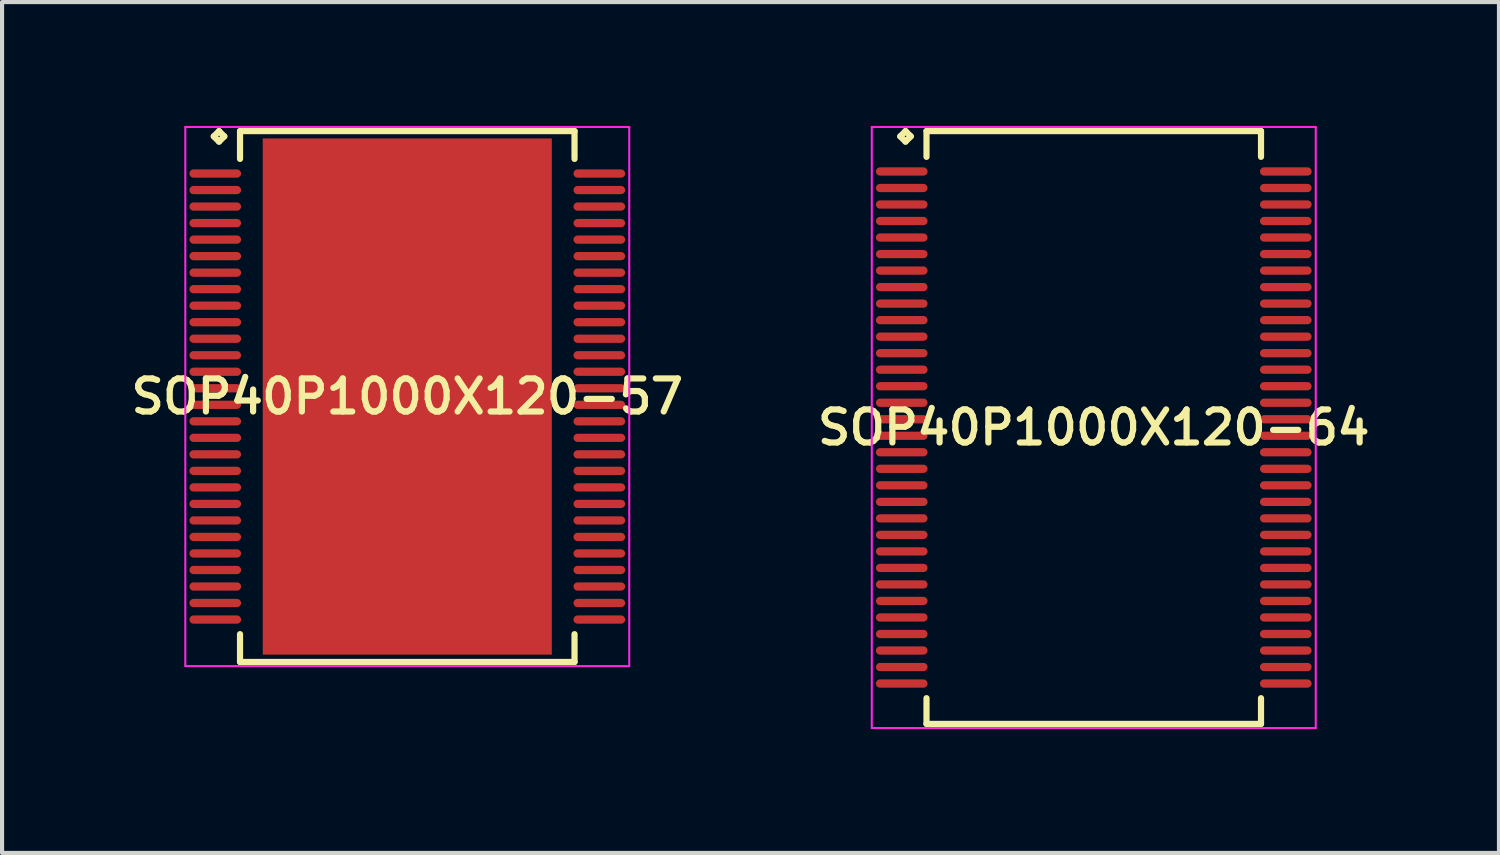
<source format=kicad_pcb>
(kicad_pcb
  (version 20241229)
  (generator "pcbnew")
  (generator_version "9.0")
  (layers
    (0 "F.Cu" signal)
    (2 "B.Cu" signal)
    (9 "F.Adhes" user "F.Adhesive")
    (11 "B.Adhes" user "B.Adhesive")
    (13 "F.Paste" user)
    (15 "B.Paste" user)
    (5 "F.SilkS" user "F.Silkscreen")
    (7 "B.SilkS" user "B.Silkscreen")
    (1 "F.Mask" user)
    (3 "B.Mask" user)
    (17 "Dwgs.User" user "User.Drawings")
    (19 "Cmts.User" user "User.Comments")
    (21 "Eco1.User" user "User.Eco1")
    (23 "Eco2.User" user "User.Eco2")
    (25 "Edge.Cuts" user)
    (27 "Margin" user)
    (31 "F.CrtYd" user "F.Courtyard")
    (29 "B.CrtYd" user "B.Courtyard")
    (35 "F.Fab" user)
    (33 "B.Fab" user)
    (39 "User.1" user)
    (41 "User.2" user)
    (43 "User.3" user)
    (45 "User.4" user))
  (footprint "SOP40P1000X120-57"
    (layer "F.Cu")
    (at 6.812 6.552)
    (property "Reference" "SOP40P1000X120-57" (at 0 0 0) (layer "F.SilkS") (effects (font (size 0.8 0.8) (thickness 0.15))))
    (attr smd)
    (fp_line (start -4.685 -6.3) (end -4.558 -6.427) (stroke (width 0.15) (type solid)) (layer "F.SilkS"))
    (fp_line (start -4.558 -6.427) (end -4.431 -6.3) (stroke (width 0.15) (type solid)) (layer "F.SilkS"))
    (fp_line (start -4.558 -6.173) (end -4.685 -6.3) (stroke (width 0.15) (type solid)) (layer "F.SilkS"))
    (fp_line (start -4.431 -6.3) (end -4.558 -6.173) (stroke (width 0.15) (type solid)) (layer "F.SilkS"))
    (fp_line (start -4.05 -6.427) (end 4.05 -6.427) (stroke (width 0.15) (type solid)) (layer "F.SilkS"))
    (fp_line (start -4.05 -5.754) (end -4.05 -6.427) (stroke (width 0.15) (type solid)) (layer "F.SilkS"))
    (fp_line (start -4.05 5.754) (end -4.05 6.427) (stroke (width 0.15) (type solid)) (layer "F.SilkS"))
    (fp_line (start -4.05 6.427) (end 4.05 6.427) (stroke (width 0.15) (type solid)) (layer "F.SilkS"))
    (fp_line (start 4.05 -6.427) (end 4.05 -5.754) (stroke (width 0.15) (type solid)) (layer "F.SilkS"))
    (fp_line (start 4.05 6.427) (end 4.05 5.754) (stroke (width 0.15) (type solid)) (layer "F.SilkS"))
    (fp_line (start -5.375 -6.527) (end 5.375 -6.527) (stroke (width 0.05) (type solid)) (layer "F.CrtYd"))
    (fp_line (start -5.375 6.527) (end -5.375 -6.527) (stroke (width 0.05) (type solid)) (layer "F.CrtYd"))
    (fp_line (start 5.375 -6.527) (end 5.375 6.527) (stroke (width 0.05) (type solid)) (layer "F.CrtYd"))
    (fp_line (start 5.375 6.527) (end -5.375 6.527) (stroke (width 0.05) (type solid)) (layer "F.CrtYd"))
    (pad "1" smd oval (at -4.65 -5.4) (size 1.25 0.2) (layers "F.Cu" "F.Mask" "F.Paste"))
    (pad "2" smd oval (at -4.65 -5) (size 1.25 0.2) (layers "F.Cu" "F.Mask" "F.Paste"))
    (pad "3" smd oval (at -4.65 -4.6) (size 1.25 0.2) (layers "F.Cu" "F.Mask" "F.Paste"))
    (pad "4" smd oval (at -4.65 -4.2) (size 1.25 0.2) (layers "F.Cu" "F.Mask" "F.Paste"))
    (pad "5" smd oval (at -4.65 -3.8) (size 1.25 0.2) (layers "F.Cu" "F.Mask" "F.Paste"))
    (pad "6" smd oval (at -4.65 -3.4) (size 1.25 0.2) (layers "F.Cu" "F.Mask" "F.Paste"))
    (pad "7" smd oval (at -4.65 -3) (size 1.25 0.2) (layers "F.Cu" "F.Mask" "F.Paste"))
    (pad "8" smd oval (at -4.65 -2.6) (size 1.25 0.2) (layers "F.Cu" "F.Mask" "F.Paste"))
    (pad "9" smd oval (at -4.65 -2.2) (size 1.25 0.2) (layers "F.Cu" "F.Mask" "F.Paste"))
    (pad "10" smd oval (at -4.65 -1.8) (size 1.25 0.2) (layers "F.Cu" "F.Mask" "F.Paste"))
    (pad "11" smd oval (at -4.65 -1.4) (size 1.25 0.2) (layers "F.Cu" "F.Mask" "F.Paste"))
    (pad "12" smd oval (at -4.65 -1) (size 1.25 0.2) (layers "F.Cu" "F.Mask" "F.Paste"))
    (pad "13" smd oval (at -4.65 -0.6) (size 1.25 0.2) (layers "F.Cu" "F.Mask" "F.Paste"))
    (pad "14" smd oval (at -4.65 -0.2) (size 1.25 0.2) (layers "F.Cu" "F.Mask" "F.Paste"))
    (pad "15" smd oval (at -4.65 0.2) (size 1.25 0.2) (layers "F.Cu" "F.Mask" "F.Paste"))
    (pad "16" smd oval (at -4.65 0.6) (size 1.25 0.2) (layers "F.Cu" "F.Mask" "F.Paste"))
    (pad "17" smd oval (at -4.65 1) (size 1.25 0.2) (layers "F.Cu" "F.Mask" "F.Paste"))
    (pad "18" smd oval (at -4.65 1.4) (size 1.25 0.2) (layers "F.Cu" "F.Mask" "F.Paste"))
    (pad "19" smd oval (at -4.65 1.8) (size 1.25 0.2) (layers "F.Cu" "F.Mask" "F.Paste"))
    (pad "20" smd oval (at -4.65 2.2) (size 1.25 0.2) (layers "F.Cu" "F.Mask" "F.Paste"))
    (pad "21" smd oval (at -4.65 2.6) (size 1.25 0.2) (layers "F.Cu" "F.Mask" "F.Paste"))
    (pad "22" smd oval (at -4.65 3) (size 1.25 0.2) (layers "F.Cu" "F.Mask" "F.Paste"))
    (pad "23" smd oval (at -4.65 3.4) (size 1.25 0.2) (layers "F.Cu" "F.Mask" "F.Paste"))
    (pad "24" smd oval (at -4.65 3.8) (size 1.25 0.2) (layers "F.Cu" "F.Mask" "F.Paste"))
    (pad "25" smd oval (at -4.65 4.2) (size 1.25 0.2) (layers "F.Cu" "F.Mask" "F.Paste"))
    (pad "26" smd oval (at -4.65 4.6) (size 1.25 0.2) (layers "F.Cu" "F.Mask" "F.Paste"))
    (pad "27" smd oval (at -4.65 5) (size 1.25 0.2) (layers "F.Cu" "F.Mask" "F.Paste"))
    (pad "28" smd oval (at -4.65 5.4) (size 1.25 0.2) (layers "F.Cu" "F.Mask" "F.Paste"))
    (pad "29" smd oval (at 4.65 5.4) (size 1.25 0.2) (layers "F.Cu" "F.Mask" "F.Paste"))
    (pad "30" smd oval (at 4.65 5) (size 1.25 0.2) (layers "F.Cu" "F.Mask" "F.Paste"))
    (pad "31" smd oval (at 4.65 4.6) (size 1.25 0.2) (layers "F.Cu" "F.Mask" "F.Paste"))
    (pad "32" smd oval (at 4.65 4.2) (size 1.25 0.2) (layers "F.Cu" "F.Mask" "F.Paste"))
    (pad "33" smd oval (at 4.65 3.8) (size 1.25 0.2) (layers "F.Cu" "F.Mask" "F.Paste"))
    (pad "34" smd oval (at 4.65 3.4) (size 1.25 0.2) (layers "F.Cu" "F.Mask" "F.Paste"))
    (pad "35" smd oval (at 4.65 3) (size 1.25 0.2) (layers "F.Cu" "F.Mask" "F.Paste"))
    (pad "36" smd oval (at 4.65 2.6) (size 1.25 0.2) (layers "F.Cu" "F.Mask" "F.Paste"))
    (pad "37" smd oval (at 4.65 2.2) (size 1.25 0.2) (layers "F.Cu" "F.Mask" "F.Paste"))
    (pad "38" smd oval (at 4.65 1.8) (size 1.25 0.2) (layers "F.Cu" "F.Mask" "F.Paste"))
    (pad "39" smd oval (at 4.65 1.4) (size 1.25 0.2) (layers "F.Cu" "F.Mask" "F.Paste"))
    (pad "40" smd oval (at 4.65 1) (size 1.25 0.2) (layers "F.Cu" "F.Mask" "F.Paste"))
    (pad "41" smd oval (at 4.65 0.6) (size 1.25 0.2) (layers "F.Cu" "F.Mask" "F.Paste"))
    (pad "42" smd oval (at 4.65 0.2) (size 1.25 0.2) (layers "F.Cu" "F.Mask" "F.Paste"))
    (pad "43" smd oval (at 4.65 -0.2) (size 1.25 0.2) (layers "F.Cu" "F.Mask" "F.Paste"))
    (pad "44" smd oval (at 4.65 -0.6) (size 1.25 0.2) (layers "F.Cu" "F.Mask" "F.Paste"))
    (pad "45" smd oval (at 4.65 -1) (size 1.25 0.2) (layers "F.Cu" "F.Mask" "F.Paste"))
    (pad "46" smd oval (at 4.65 -1.4) (size 1.25 0.2) (layers "F.Cu" "F.Mask" "F.Paste"))
    (pad "47" smd oval (at 4.65 -1.8) (size 1.25 0.2) (layers "F.Cu" "F.Mask" "F.Paste"))
    (pad "48" smd oval (at 4.65 -2.2) (size 1.25 0.2) (layers "F.Cu" "F.Mask" "F.Paste"))
    (pad "49" smd oval (at 4.65 -2.6) (size 1.25 0.2) (layers "F.Cu" "F.Mask" "F.Paste"))
    (pad "50" smd oval (at 4.65 -3) (size 1.25 0.2) (layers "F.Cu" "F.Mask" "F.Paste"))
    (pad "51" smd oval (at 4.65 -3.4) (size 1.25 0.2) (layers "F.Cu" "F.Mask" "F.Paste"))
    (pad "52" smd oval (at 4.65 -3.8) (size 1.25 0.2) (layers "F.Cu" "F.Mask" "F.Paste"))
    (pad "53" smd oval (at 4.65 -4.2) (size 1.25 0.2) (layers "F.Cu" "F.Mask" "F.Paste"))
    (pad "54" smd oval (at 4.65 -4.6) (size 1.25 0.2) (layers "F.Cu" "F.Mask" "F.Paste"))
    (pad "55" smd oval (at 4.65 -5) (size 1.25 0.2) (layers "F.Cu" "F.Mask" "F.Paste"))
    (pad "56" smd oval (at 4.65 -5.4) (size 1.25 0.2) (layers "F.Cu" "F.Mask" "F.Paste"))
    (pad "57" smd rect (at 0 0) (size 7 12.5) (layers "F.Cu" "F.Mask" "F.Paste")))
  (footprint "SOP40P1000X120-64"
    (layer "F.Cu")
    (at 23.435 7.302)
    (property "Reference" "SOP40P1000X120-64" (at 0 0 0) (layer "F.SilkS") (effects (font (size 0.8 0.8) (thickness 0.15))))
    (attr smd)
    (fp_line (start -4.685 -7.05) (end -4.558 -7.177) (stroke (width 0.15) (type solid)) (layer "F.SilkS"))
    (fp_line (start -4.558 -7.177) (end -4.431 -7.05) (stroke (width 0.15) (type solid)) (layer "F.SilkS"))
    (fp_line (start -4.558 -6.923) (end -4.685 -7.05) (stroke (width 0.15) (type solid)) (layer "F.SilkS"))
    (fp_line (start -4.431 -7.05) (end -4.558 -6.923) (stroke (width 0.15) (type solid)) (layer "F.SilkS"))
    (fp_line (start -4.05 -7.177) (end 4.05 -7.177) (stroke (width 0.15) (type solid)) (layer "F.SilkS"))
    (fp_line (start -4.05 -6.554) (end -4.05 -7.177) (stroke (width 0.15) (type solid)) (layer "F.SilkS"))
    (fp_line (start -4.05 6.554) (end -4.05 7.177) (stroke (width 0.15) (type solid)) (layer "F.SilkS"))
    (fp_line (start -4.05 7.177) (end 4.05 7.177) (stroke (width 0.15) (type solid)) (layer "F.SilkS"))
    (fp_line (start 4.05 -7.177) (end 4.05 -6.554) (stroke (width 0.15) (type solid)) (layer "F.SilkS"))
    (fp_line (start 4.05 7.177) (end 4.05 6.554) (stroke (width 0.15) (type solid)) (layer "F.SilkS"))
    (fp_line (start -5.375 -7.277) (end 5.375 -7.277) (stroke (width 0.05) (type solid)) (layer "F.CrtYd"))
    (fp_line (start -5.375 7.277) (end -5.375 -7.277) (stroke (width 0.05) (type solid)) (layer "F.CrtYd"))
    (fp_line (start 5.375 -7.277) (end 5.375 7.277) (stroke (width 0.05) (type solid)) (layer "F.CrtYd"))
    (fp_line (start 5.375 7.277) (end -5.375 7.277) (stroke (width 0.05) (type solid)) (layer "F.CrtYd"))
    (pad "1" smd oval (at -4.65 -6.2) (size 1.25 0.2) (layers "F.Cu" "F.Mask" "F.Paste"))
    (pad "2" smd oval (at -4.65 -5.8) (size 1.25 0.2) (layers "F.Cu" "F.Mask" "F.Paste"))
    (pad "3" smd oval (at -4.65 -5.4) (size 1.25 0.2) (layers "F.Cu" "F.Mask" "F.Paste"))
    (pad "4" smd oval (at -4.65 -5) (size 1.25 0.2) (layers "F.Cu" "F.Mask" "F.Paste"))
    (pad "5" smd oval (at -4.65 -4.6) (size 1.25 0.2) (layers "F.Cu" "F.Mask" "F.Paste"))
    (pad "6" smd oval (at -4.65 -4.2) (size 1.25 0.2) (layers "F.Cu" "F.Mask" "F.Paste"))
    (pad "7" smd oval (at -4.65 -3.8) (size 1.25 0.2) (layers "F.Cu" "F.Mask" "F.Paste"))
    (pad "8" smd oval (at -4.65 -3.4) (size 1.25 0.2) (layers "F.Cu" "F.Mask" "F.Paste"))
    (pad "9" smd oval (at -4.65 -3) (size 1.25 0.2) (layers "F.Cu" "F.Mask" "F.Paste"))
    (pad "10" smd oval (at -4.65 -2.6) (size 1.25 0.2) (layers "F.Cu" "F.Mask" "F.Paste"))
    (pad "11" smd oval (at -4.65 -2.2) (size 1.25 0.2) (layers "F.Cu" "F.Mask" "F.Paste"))
    (pad "12" smd oval (at -4.65 -1.8) (size 1.25 0.2) (layers "F.Cu" "F.Mask" "F.Paste"))
    (pad "13" smd oval (at -4.65 -1.4) (size 1.25 0.2) (layers "F.Cu" "F.Mask" "F.Paste"))
    (pad "14" smd oval (at -4.65 -1) (size 1.25 0.2) (layers "F.Cu" "F.Mask" "F.Paste"))
    (pad "15" smd oval (at -4.65 -0.6) (size 1.25 0.2) (layers "F.Cu" "F.Mask" "F.Paste"))
    (pad "16" smd oval (at -4.65 -0.2) (size 1.25 0.2) (layers "F.Cu" "F.Mask" "F.Paste"))
    (pad "17" smd oval (at -4.65 0.2) (size 1.25 0.2) (layers "F.Cu" "F.Mask" "F.Paste"))
    (pad "18" smd oval (at -4.65 0.6) (size 1.25 0.2) (layers "F.Cu" "F.Mask" "F.Paste"))
    (pad "19" smd oval (at -4.65 1) (size 1.25 0.2) (layers "F.Cu" "F.Mask" "F.Paste"))
    (pad "20" smd oval (at -4.65 1.4) (size 1.25 0.2) (layers "F.Cu" "F.Mask" "F.Paste"))
    (pad "21" smd oval (at -4.65 1.8) (size 1.25 0.2) (layers "F.Cu" "F.Mask" "F.Paste"))
    (pad "22" smd oval (at -4.65 2.2) (size 1.25 0.2) (layers "F.Cu" "F.Mask" "F.Paste"))
    (pad "23" smd oval (at -4.65 2.6) (size 1.25 0.2) (layers "F.Cu" "F.Mask" "F.Paste"))
    (pad "24" smd oval (at -4.65 3) (size 1.25 0.2) (layers "F.Cu" "F.Mask" "F.Paste"))
    (pad "25" smd oval (at -4.65 3.4) (size 1.25 0.2) (layers "F.Cu" "F.Mask" "F.Paste"))
    (pad "26" smd oval (at -4.65 3.8) (size 1.25 0.2) (layers "F.Cu" "F.Mask" "F.Paste"))
    (pad "27" smd oval (at -4.65 4.2) (size 1.25 0.2) (layers "F.Cu" "F.Mask" "F.Paste"))
    (pad "28" smd oval (at -4.65 4.6) (size 1.25 0.2) (layers "F.Cu" "F.Mask" "F.Paste"))
    (pad "29" smd oval (at -4.65 5) (size 1.25 0.2) (layers "F.Cu" "F.Mask" "F.Paste"))
    (pad "30" smd oval (at -4.65 5.4) (size 1.25 0.2) (layers "F.Cu" "F.Mask" "F.Paste"))
    (pad "31" smd oval (at -4.65 5.8) (size 1.25 0.2) (layers "F.Cu" "F.Mask" "F.Paste"))
    (pad "32" smd oval (at -4.65 6.2) (size 1.25 0.2) (layers "F.Cu" "F.Mask" "F.Paste"))
    (pad "33" smd oval (at 4.65 6.2) (size 1.25 0.2) (layers "F.Cu" "F.Mask" "F.Paste"))
    (pad "34" smd oval (at 4.65 5.8) (size 1.25 0.2) (layers "F.Cu" "F.Mask" "F.Paste"))
    (pad "35" smd oval (at 4.65 5.4) (size 1.25 0.2) (layers "F.Cu" "F.Mask" "F.Paste"))
    (pad "36" smd oval (at 4.65 5) (size 1.25 0.2) (layers "F.Cu" "F.Mask" "F.Paste"))
    (pad "37" smd oval (at 4.65 4.6) (size 1.25 0.2) (layers "F.Cu" "F.Mask" "F.Paste"))
    (pad "38" smd oval (at 4.65 4.2) (size 1.25 0.2) (layers "F.Cu" "F.Mask" "F.Paste"))
    (pad "39" smd oval (at 4.65 3.8) (size 1.25 0.2) (layers "F.Cu" "F.Mask" "F.Paste"))
    (pad "40" smd oval (at 4.65 3.4) (size 1.25 0.2) (layers "F.Cu" "F.Mask" "F.Paste"))
    (pad "41" smd oval (at 4.65 3) (size 1.25 0.2) (layers "F.Cu" "F.Mask" "F.Paste"))
    (pad "42" smd oval (at 4.65 2.6) (size 1.25 0.2) (layers "F.Cu" "F.Mask" "F.Paste"))
    (pad "43" smd oval (at 4.65 2.2) (size 1.25 0.2) (layers "F.Cu" "F.Mask" "F.Paste"))
    (pad "44" smd oval (at 4.65 1.8) (size 1.25 0.2) (layers "F.Cu" "F.Mask" "F.Paste"))
    (pad "45" smd oval (at 4.65 1.4) (size 1.25 0.2) (layers "F.Cu" "F.Mask" "F.Paste"))
    (pad "46" smd oval (at 4.65 1) (size 1.25 0.2) (layers "F.Cu" "F.Mask" "F.Paste"))
    (pad "47" smd oval (at 4.65 0.6) (size 1.25 0.2) (layers "F.Cu" "F.Mask" "F.Paste"))
    (pad "48" smd oval (at 4.65 0.2) (size 1.25 0.2) (layers "F.Cu" "F.Mask" "F.Paste"))
    (pad "49" smd oval (at 4.65 -0.2) (size 1.25 0.2) (layers "F.Cu" "F.Mask" "F.Paste"))
    (pad "50" smd oval (at 4.65 -0.6) (size 1.25 0.2) (layers "F.Cu" "F.Mask" "F.Paste"))
    (pad "51" smd oval (at 4.65 -1) (size 1.25 0.2) (layers "F.Cu" "F.Mask" "F.Paste"))
    (pad "52" smd oval (at 4.65 -1.4) (size 1.25 0.2) (layers "F.Cu" "F.Mask" "F.Paste"))
    (pad "53" smd oval (at 4.65 -1.8) (size 1.25 0.2) (layers "F.Cu" "F.Mask" "F.Paste"))
    (pad "54" smd oval (at 4.65 -2.2) (size 1.25 0.2) (layers "F.Cu" "F.Mask" "F.Paste"))
    (pad "55" smd oval (at 4.65 -2.6) (size 1.25 0.2) (layers "F.Cu" "F.Mask" "F.Paste"))
    (pad "56" smd oval (at 4.65 -3) (size 1.25 0.2) (layers "F.Cu" "F.Mask" "F.Paste"))
    (pad "57" smd oval (at 4.65 -3.4) (size 1.25 0.2) (layers "F.Cu" "F.Mask" "F.Paste"))
    (pad "58" smd oval (at 4.65 -3.8) (size 1.25 0.2) (layers "F.Cu" "F.Mask" "F.Paste"))
    (pad "59" smd oval (at 4.65 -4.2) (size 1.25 0.2) (layers "F.Cu" "F.Mask" "F.Paste"))
    (pad "60" smd oval (at 4.65 -4.6) (size 1.25 0.2) (layers "F.Cu" "F.Mask" "F.Paste"))
    (pad "61" smd oval (at 4.65 -5) (size 1.25 0.2) (layers "F.Cu" "F.Mask" "F.Paste"))
    (pad "62" smd oval (at 4.65 -5.4) (size 1.25 0.2) (layers "F.Cu" "F.Mask" "F.Paste"))
    (pad "63" smd oval (at 4.65 -5.8) (size 1.25 0.2) (layers "F.Cu" "F.Mask" "F.Paste"))
    (pad "64" smd oval (at 4.65 -6.2) (size 1.25 0.2) (layers "F.Cu" "F.Mask" "F.Paste")))
  (gr_rect
    (start -3 -3)
    (end 33.247 17.604)
    (stroke (width 0.1) (type default))
    (fill no)
    (layer "Edge.Cuts")))
</source>
